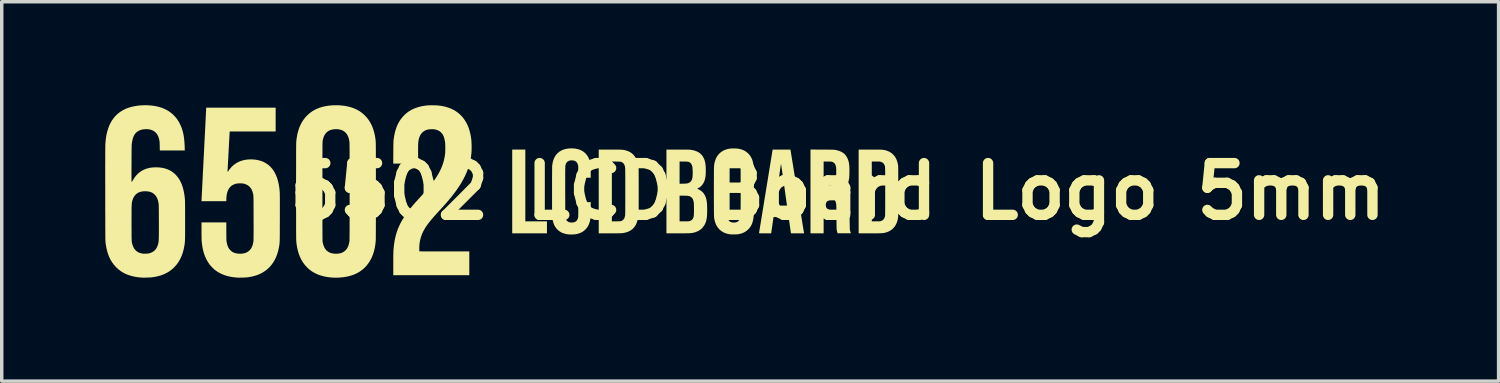
<source format=kicad_pcb>
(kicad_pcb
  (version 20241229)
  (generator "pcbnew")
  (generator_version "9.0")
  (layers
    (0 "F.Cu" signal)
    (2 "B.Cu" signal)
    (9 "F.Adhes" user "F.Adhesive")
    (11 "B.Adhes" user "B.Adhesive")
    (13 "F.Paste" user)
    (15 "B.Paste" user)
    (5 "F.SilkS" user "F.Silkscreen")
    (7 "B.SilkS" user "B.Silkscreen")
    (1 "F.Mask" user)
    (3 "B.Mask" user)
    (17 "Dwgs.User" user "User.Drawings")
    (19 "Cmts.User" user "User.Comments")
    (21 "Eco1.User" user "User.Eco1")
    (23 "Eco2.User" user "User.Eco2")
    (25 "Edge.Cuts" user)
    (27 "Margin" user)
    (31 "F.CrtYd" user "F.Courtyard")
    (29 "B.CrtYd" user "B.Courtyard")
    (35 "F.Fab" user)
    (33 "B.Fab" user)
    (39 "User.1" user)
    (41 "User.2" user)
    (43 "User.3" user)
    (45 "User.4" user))
  (footprint "6502 LCD Board Logo 5mm"
    (layer "F.Cu")
    (at 21.237 2.5)
    (property "Reference" "6502 LCD Board Logo 5mm" (at 0 0 0) (layer "F.SilkS") (effects (font (size 1.5 1.5) (thickness 0.3))))
    (attr board_only exclude_from_pos_files exclude_from_bom)
    (fp_poly (pts (xy -9.058 -0.173) (xy -9.058 0.867) (xy -8.744 0.867) (xy -8.431 0.867) (xy -8.431 1.041) (xy -8.431 1.214) (xy -8.935 1.214) (xy -9.438 1.214) (xy -9.438 0) (xy -9.438 -1.214) (xy -9.248 -1.214) (xy -9.058 -1.214)) (stroke (width 0) (type solid)) (fill yes) (layer "F.SilkS"))
    (fp_poly (pts (xy -6.546 -1.214) (xy -6.488 -1.214) (xy -6.437 -1.214) (xy -6.393 -1.213) (xy -6.355 -1.213) (xy -6.322 -1.212) (xy -6.293 -1.211) (xy -6.268 -1.21) (xy -6.247 -1.208) (xy -6.228 -1.206) (xy -6.21 -1.204) (xy -6.194 -1.201) (xy -6.179 -1.198) (xy -6.163 -1.194) (xy -6.149 -1.191) (xy -6.087 -1.171) (xy -6.03 -1.145) (xy -5.979 -1.112) (xy -5.934 -1.074) (xy -5.895 -1.029) (xy -5.862 -0.978) (xy -5.834 -0.921) (xy -5.812 -0.858) (xy -5.796 -0.788) (xy -5.785 -0.713) (xy -5.783 -0.69) (xy -5.783 -0.677) (xy -5.782 -0.657) (xy -5.782 -0.63) (xy -5.781 -0.596) (xy -5.781 -0.556) (xy -5.78 -0.51) (xy -5.78 -0.46) (xy -5.78 -0.405) (xy -5.779 -0.347) (xy -5.779 -0.285) (xy -5.779 -0.221) (xy -5.779 -0.155) (xy -5.779 -0.087) (xy -5.779 -0.019) (xy -5.779 0.05) (xy -5.779 0.117) (xy -5.779 0.184) (xy -5.779 0.25) (xy -5.779 0.313) (xy -5.78 0.373) (xy -5.78 0.43) (xy -5.78 0.483) (xy -5.78 0.531) (xy -5.781 0.575) (xy -5.781 0.612) (xy -5.782 0.643) (xy -5.782 0.667) (xy -5.783 0.684) (xy -5.783 0.69) (xy -5.792 0.767) (xy -5.806 0.838) (xy -5.827 0.903) (xy -5.852 0.962) (xy -5.884 1.014) (xy -5.921 1.061) (xy -5.965 1.101) (xy -6.014 1.135) (xy -6.068 1.163) (xy -6.129 1.185) (xy -6.196 1.201) (xy -6.241 1.208) (xy -6.253 1.209) (xy -6.267 1.21) (xy -6.283 1.211) (xy -6.302 1.212) (xy -6.325 1.213) (xy -6.353 1.213) (xy -6.385 1.213) (xy -6.424 1.214) (xy -6.468 1.214) (xy -6.52 1.214) (xy -6.579 1.214) (xy -6.611 1.214) (xy -6.93 1.214) (xy -6.93 0) (xy -6.549 0) (xy -6.549 0.868) (xy -6.425 0.866) (xy -6.388 0.866) (xy -6.358 0.865) (xy -6.334 0.864) (xy -6.316 0.863) (xy -6.302 0.862) (xy -6.292 0.861) (xy -6.283 0.859) (xy -6.279 0.858) (xy -6.255 0.846) (xy -6.23 0.829) (xy -6.209 0.809) (xy -6.2 0.798) (xy -6.186 0.773) (xy -6.175 0.741) (xy -6.167 0.704) (xy -6.164 0.683) (xy -6.163 0.674) (xy -6.163 0.657) (xy -6.162 0.632) (xy -6.162 0.601) (xy -6.161 0.563) (xy -6.161 0.52) (xy -6.161 0.472) (xy -6.161 0.42) (xy -6.16 0.363) (xy -6.16 0.304) (xy -6.16 0.241) (xy -6.16 0.177) (xy -6.16 0.111) (xy -6.16 0.044) (xy -6.16 -0.023) (xy -6.16 -0.09) (xy -6.16 -0.156) (xy -6.16 -0.221) (xy -6.16 -0.284) (xy -6.16 -0.345) (xy -6.16 -0.402) (xy -6.161 -0.456) (xy -6.161 -0.505) (xy -6.161 -0.55) (xy -6.162 -0.589) (xy -6.162 -0.623) (xy -6.163 -0.649) (xy -6.163 -0.669) (xy -6.164 -0.681) (xy -6.164 -0.683) (xy -6.171 -0.726) (xy -6.181 -0.761) (xy -6.196 -0.791) (xy -6.215 -0.816) (xy -6.236 -0.834) (xy -6.247 -0.842) (xy -6.258 -0.849) (xy -6.269 -0.854) (xy -6.281 -0.858) (xy -6.296 -0.861) (xy -6.315 -0.863) (xy -6.338 -0.864) (xy -6.367 -0.865) (xy -6.403 -0.866) (xy -6.425 -0.866) (xy -6.549 -0.868) (xy -6.549 0) (xy -6.93 0) (xy -6.93 -1.214) (xy -6.611 -1.214)) (stroke (width 0) (type solid)) (fill yes) (layer "F.SilkS"))
    (fp_poly (pts (xy 0.993 -1.214) (xy 1.052 -1.214) (xy 1.104 -1.214) (xy 1.15 -1.213) (xy 1.19 -1.213) (xy 1.225 -1.212) (xy 1.255 -1.211) (xy 1.281 -1.209) (xy 1.304 -1.207) (xy 1.324 -1.205) (xy 1.342 -1.202) (xy 1.359 -1.199) (xy 1.375 -1.195) (xy 1.391 -1.191) (xy 1.408 -1.185) (xy 1.419 -1.182) (xy 1.478 -1.159) (xy 1.531 -1.13) (xy 1.579 -1.095) (xy 1.608 -1.067) (xy 1.643 -1.027) (xy 1.672 -0.985) (xy 1.696 -0.939) (xy 1.716 -0.889) (xy 1.733 -0.833) (xy 1.746 -0.77) (xy 1.746 -0.77) (xy 1.747 -0.764) (xy 1.748 -0.758) (xy 1.748 -0.75) (xy 1.749 -0.742) (xy 1.75 -0.732) (xy 1.75 -0.72) (xy 1.751 -0.706) (xy 1.751 -0.689) (xy 1.752 -0.668) (xy 1.752 -0.645) (xy 1.753 -0.617) (xy 1.753 -0.584) (xy 1.753 -0.547) (xy 1.753 -0.505) (xy 1.753 -0.458) (xy 1.753 -0.404) (xy 1.753 -0.344) (xy 1.753 -0.277) (xy 1.754 -0.204) (xy 1.754 -0.122) (xy 1.754 -0.033) (xy 1.754 0) (xy 1.754 0.092) (xy 1.754 0.176) (xy 1.754 0.253) (xy 1.753 0.322) (xy 1.753 0.384) (xy 1.753 0.44) (xy 1.753 0.49) (xy 1.753 0.534) (xy 1.753 0.572) (xy 1.753 0.606) (xy 1.752 0.635) (xy 1.752 0.661) (xy 1.752 0.682) (xy 1.751 0.7) (xy 1.751 0.715) (xy 1.75 0.728) (xy 1.749 0.739) (xy 1.749 0.748) (xy 1.748 0.755) (xy 1.747 0.762) (xy 1.746 0.768) (xy 1.746 0.77) (xy 1.733 0.833) (xy 1.716 0.889) (xy 1.696 0.939) (xy 1.672 0.985) (xy 1.643 1.027) (xy 1.608 1.067) (xy 1.608 1.067) (xy 1.565 1.106) (xy 1.516 1.139) (xy 1.461 1.167) (xy 1.419 1.182) (xy 1.402 1.187) (xy 1.385 1.192) (xy 1.369 1.197) (xy 1.352 1.2) (xy 1.335 1.203) (xy 1.316 1.206) (xy 1.295 1.208) (xy 1.271 1.21) (xy 1.243 1.211) (xy 1.212 1.212) (xy 1.175 1.213) (xy 1.133 1.214) (xy 1.085 1.214) (xy 1.03 1.214) (xy 0.968 1.214) (xy 0.926 1.214) (xy 0.605 1.214) (xy 0.605 0) (xy 0.986 0) (xy 0.986 0.867) (xy 1.104 0.867) (xy 1.14 0.867) (xy 1.168 0.867) (xy 1.19 0.867) (xy 1.207 0.866) (xy 1.221 0.865) (xy 1.231 0.863) (xy 1.24 0.861) (xy 1.247 0.859) (xy 1.283 0.845) (xy 1.312 0.825) (xy 1.335 0.8) (xy 1.353 0.769) (xy 1.365 0.732) (xy 1.369 0.717) (xy 1.37 0.712) (xy 1.37 0.705) (xy 1.371 0.696) (xy 1.372 0.684) (xy 1.372 0.67) (xy 1.373 0.652) (xy 1.373 0.63) (xy 1.373 0.605) (xy 1.374 0.575) (xy 1.374 0.54) (xy 1.374 0.5) (xy 1.374 0.455) (xy 1.375 0.403) (xy 1.375 0.345) (xy 1.375 0.28) (xy 1.375 0.209) (xy 1.375 0.129) (xy 1.375 0.042) (xy 1.375 0) (xy 1.375 -0.091) (xy 1.375 -0.174) (xy 1.375 -0.249) (xy 1.375 -0.317) (xy 1.375 -0.378) (xy 1.375 -0.432) (xy 1.374 -0.48) (xy 1.374 -0.523) (xy 1.374 -0.56) (xy 1.374 -0.592) (xy 1.373 -0.619) (xy 1.373 -0.643) (xy 1.372 -0.662) (xy 1.372 -0.678) (xy 1.371 -0.691) (xy 1.371 -0.701) (xy 1.37 -0.709) (xy 1.369 -0.715) (xy 1.369 -0.717) (xy 1.358 -0.757) (xy 1.342 -0.79) (xy 1.321 -0.817) (xy 1.294 -0.839) (xy 1.261 -0.855) (xy 1.247 -0.859) (xy 1.239 -0.862) (xy 1.23 -0.864) (xy 1.219 -0.865) (xy 1.205 -0.866) (xy 1.187 -0.867) (xy 1.163 -0.867) (xy 1.134 -0.867) (xy 1.104 -0.867) (xy 0.986 -0.867) (xy 0.986 0) (xy 0.605 0) (xy 0.605 -1.214) (xy 0.926 -1.214)) (stroke (width 0) (type solid)) (fill yes) (layer "F.SilkS"))
    (fp_poly (pts (xy -1.177 -0.01) (xy -1.16 0.09) (xy -1.144 0.188) (xy -1.129 0.283) (xy -1.114 0.376) (xy -1.099 0.465) (xy -1.085 0.551) (xy -1.072 0.633) (xy -1.059 0.711) (xy -1.047 0.785) (xy -1.036 0.853) (xy -1.026 0.917) (xy -1.016 0.975) (xy -1.008 1.028) (xy -1 1.074) (xy -0.994 1.114) (xy -0.988 1.147) (xy -0.984 1.173) (xy -0.981 1.191) (xy -0.979 1.202) (xy -0.979 1.205) (xy -0.976 1.214) (xy -1.167 1.214) (xy -1.206 1.214) (xy -1.243 1.214) (xy -1.276 1.214) (xy -1.305 1.214) (xy -1.328 1.213) (xy -1.345 1.213) (xy -1.355 1.213) (xy -1.358 1.212) (xy -1.359 1.208) (xy -1.36 1.196) (xy -1.363 1.177) (xy -1.367 1.152) (xy -1.371 1.122) (xy -1.376 1.087) (xy -1.382 1.048) (xy -1.388 1.006) (xy -1.392 0.977) (xy -1.398 0.934) (xy -1.404 0.893) (xy -1.409 0.855) (xy -1.414 0.822) (xy -1.418 0.793) (xy -1.422 0.77) (xy -1.424 0.754) (xy -1.425 0.744) (xy -1.426 0.742) (xy -1.43 0.742) (xy -1.442 0.741) (xy -1.46 0.741) (xy -1.485 0.741) (xy -1.515 0.741) (xy -1.55 0.741) (xy -1.588 0.74) (xy -1.629 0.74) (xy -1.643 0.74) (xy -1.692 0.74) (xy -1.733 0.74) (xy -1.766 0.741) (xy -1.794 0.741) (xy -1.815 0.741) (xy -1.832 0.742) (xy -1.844 0.742) (xy -1.852 0.743) (xy -1.858 0.744) (xy -1.861 0.745) (xy -1.862 0.747) (xy -1.863 0.748) (xy -1.864 0.753) (xy -1.866 0.766) (xy -1.869 0.786) (xy -1.873 0.812) (xy -1.877 0.843) (xy -1.883 0.879) (xy -1.888 0.918) (xy -1.894 0.96) (xy -1.898 0.985) (xy -1.931 1.214) (xy -2.108 1.214) (xy -2.151 1.214) (xy -2.187 1.214) (xy -2.216 1.214) (xy -2.238 1.214) (xy -2.255 1.213) (xy -2.267 1.213) (xy -2.275 1.212) (xy -2.28 1.211) (xy -2.283 1.209) (xy -2.283 1.208) (xy -2.283 1.207) (xy -2.282 1.202) (xy -2.28 1.189) (xy -2.277 1.169) (xy -2.272 1.141) (xy -2.266 1.106) (xy -2.26 1.065) (xy -2.252 1.017) (xy -2.243 0.963) (xy -2.233 0.903) (xy -2.223 0.838) (xy -2.211 0.768) (xy -2.199 0.693) (xy -2.186 0.614) (xy -2.173 0.531) (xy -2.158 0.444) (xy -2.152 0.403) (xy -1.815 0.403) (xy -1.814 0.405) (xy -1.813 0.406) (xy -1.809 0.407) (xy -1.802 0.408) (xy -1.792 0.409) (xy -1.777 0.41) (xy -1.757 0.41) (xy -1.732 0.41) (xy -1.699 0.41) (xy -1.659 0.41) (xy -1.643 0.41) (xy -1.471 0.41) (xy -1.474 0.397) (xy -1.475 0.391) (xy -1.477 0.377) (xy -1.48 0.356) (xy -1.484 0.328) (xy -1.489 0.294) (xy -1.494 0.253) (xy -1.501 0.208) (xy -1.508 0.157) (xy -1.516 0.102) (xy -1.524 0.043) (xy -1.533 -0.02) (xy -1.542 -0.086) (xy -1.552 -0.154) (xy -1.559 -0.203) (xy -1.569 -0.272) (xy -1.578 -0.339) (xy -1.587 -0.404) (xy -1.596 -0.465) (xy -1.604 -0.522) (xy -1.612 -0.575) (xy -1.619 -0.623) (xy -1.625 -0.666) (xy -1.631 -0.704) (xy -1.635 -0.735) (xy -1.639 -0.76) (xy -1.642 -0.778) (xy -1.643 -0.788) (xy -1.644 -0.791) (xy -1.648 -0.79) (xy -1.648 -0.79) (xy -1.649 -0.786) (xy -1.651 -0.773) (xy -1.654 -0.754) (xy -1.658 -0.728) (xy -1.662 -0.696) (xy -1.668 -0.658) (xy -1.674 -0.616) (xy -1.68 -0.569) (xy -1.688 -0.518) (xy -1.695 -0.464) (xy -1.703 -0.408) (xy -1.711 -0.349) (xy -1.72 -0.289) (xy -1.728 -0.228) (xy -1.737 -0.167) (xy -1.745 -0.106) (xy -1.754 -0.046) (xy -1.762 0.013) (xy -1.77 0.07) (xy -1.777 0.124) (xy -1.784 0.175) (xy -1.791 0.223) (xy -1.797 0.266) (xy -1.802 0.304) (xy -1.806 0.337) (xy -1.81 0.364) (xy -1.813 0.384) (xy -1.814 0.398) (xy -1.815 0.403) (xy -2.152 0.403) (xy -2.144 0.354) (xy -2.129 0.261) (xy -2.113 0.165) (xy -2.097 0.067) (xy -2.085 -0.007) (xy -1.889 -1.214) (xy -1.631 -1.214) (xy -1.372 -1.214)) (stroke (width 0) (type solid)) (fill yes) (layer "F.SilkS"))
    (fp_poly (pts (xy -4.589 -1.214) (xy -4.532 -1.214) (xy -4.48 -1.214) (xy -4.433 -1.213) (xy -4.391 -1.213) (xy -4.355 -1.212) (xy -4.326 -1.211) (xy -4.304 -1.211) (xy -4.29 -1.21) (xy -4.289 -1.21) (xy -4.217 -1.2) (xy -4.152 -1.184) (xy -4.093 -1.163) (xy -4.04 -1.137) (xy -3.994 -1.106) (xy -3.953 -1.068) (xy -3.919 -1.025) (xy -3.89 -0.975) (xy -3.866 -0.92) (xy -3.848 -0.858) (xy -3.842 -0.827) (xy -3.836 -0.791) (xy -3.832 -0.748) (xy -3.828 -0.701) (xy -3.827 -0.651) (xy -3.826 -0.599) (xy -3.827 -0.548) (xy -3.829 -0.499) (xy -3.832 -0.454) (xy -3.837 -0.415) (xy -3.841 -0.393) (xy -3.857 -0.33) (xy -3.878 -0.274) (xy -3.905 -0.224) (xy -3.937 -0.181) (xy -3.975 -0.143) (xy -4.018 -0.112) (xy -4.042 -0.099) (xy -4.056 -0.091) (xy -4.067 -0.085) (xy -4.073 -0.081) (xy -4.074 -0.08) (xy -4.07 -0.078) (xy -4.06 -0.073) (xy -4.046 -0.065) (xy -4.028 -0.057) (xy -4.028 -0.057) (xy -3.979 -0.029) (xy -3.936 0.004) (xy -3.899 0.042) (xy -3.868 0.087) (xy -3.853 0.112) (xy -3.838 0.144) (xy -3.825 0.177) (xy -3.814 0.211) (xy -3.806 0.249) (xy -3.799 0.289) (xy -3.793 0.334) (xy -3.79 0.385) (xy -3.788 0.441) (xy -3.787 0.505) (xy -3.786 0.531) (xy -3.787 0.599) (xy -3.789 0.659) (xy -3.792 0.712) (xy -3.797 0.76) (xy -3.804 0.803) (xy -3.812 0.842) (xy -3.822 0.878) (xy -3.835 0.912) (xy -3.85 0.945) (xy -3.852 0.949) (xy -3.884 1.003) (xy -3.921 1.051) (xy -3.963 1.092) (xy -4.012 1.127) (xy -4.066 1.157) (xy -4.126 1.18) (xy -4.165 1.191) (xy -4.181 1.195) (xy -4.196 1.198) (xy -4.212 1.202) (xy -4.228 1.204) (xy -4.245 1.206) (xy -4.264 1.208) (xy -4.286 1.21) (xy -4.31 1.211) (xy -4.339 1.212) (xy -4.371 1.213) (xy -4.409 1.213) (xy -4.453 1.214) (xy -4.503 1.214) (xy -4.56 1.214) (xy -4.625 1.214) (xy -4.638 1.214) (xy -4.967 1.214) (xy -4.967 0.495) (xy -4.586 0.495) (xy -4.586 0.867) (xy -4.456 0.867) (xy -4.417 0.867) (xy -4.386 0.867) (xy -4.36 0.866) (xy -4.34 0.866) (xy -4.325 0.864) (xy -4.313 0.863) (xy -4.303 0.861) (xy -4.301 0.861) (xy -4.267 0.849) (xy -4.239 0.833) (xy -4.216 0.812) (xy -4.198 0.785) (xy -4.185 0.751) (xy -4.177 0.723) (xy -4.175 0.709) (xy -4.173 0.687) (xy -4.171 0.66) (xy -4.17 0.628) (xy -4.169 0.592) (xy -4.169 0.553) (xy -4.169 0.513) (xy -4.169 0.474) (xy -4.17 0.435) (xy -4.17 0.399) (xy -4.172 0.366) (xy -4.173 0.339) (xy -4.175 0.317) (xy -4.177 0.305) (xy -4.188 0.261) (xy -4.202 0.224) (xy -4.221 0.193) (xy -4.245 0.169) (xy -4.273 0.15) (xy -4.278 0.148) (xy -4.294 0.141) (xy -4.31 0.135) (xy -4.327 0.131) (xy -4.345 0.128) (xy -4.367 0.125) (xy -4.393 0.124) (xy -4.425 0.123) (xy -4.464 0.123) (xy -4.475 0.123) (xy -4.586 0.123) (xy -4.586 0.495) (xy -4.967 0.495) (xy -4.967 0) (xy -4.967 -0.545) (xy -4.586 -0.545) (xy -4.586 -0.223) (xy -4.483 -0.225) (xy -4.446 -0.226) (xy -4.417 -0.228) (xy -4.393 -0.229) (xy -4.375 -0.231) (xy -4.362 -0.233) (xy -4.355 -0.235) (xy -4.319 -0.247) (xy -4.289 -0.264) (xy -4.264 -0.286) (xy -4.244 -0.313) (xy -4.228 -0.346) (xy -4.217 -0.385) (xy -4.21 -0.431) (xy -4.209 -0.447) (xy -4.207 -0.477) (xy -4.206 -0.511) (xy -4.206 -0.548) (xy -4.206 -0.586) (xy -4.208 -0.622) (xy -4.21 -0.656) (xy -4.212 -0.686) (xy -4.215 -0.71) (xy -4.216 -0.715) (xy -4.226 -0.754) (xy -4.242 -0.788) (xy -4.261 -0.817) (xy -4.285 -0.838) (xy -4.299 -0.846) (xy -4.312 -0.852) (xy -4.324 -0.857) (xy -4.339 -0.861) (xy -4.355 -0.863) (xy -4.375 -0.865) (xy -4.4 -0.866) (xy -4.431 -0.867) (xy -4.469 -0.867) (xy -4.475 -0.867) (xy -4.586 -0.867) (xy -4.586 -0.545) (xy -4.967 -0.545) (xy -4.967 -1.214) (xy -4.65 -1.214)) (stroke (width 0) (type solid)) (fill yes) (layer "F.SilkS"))
    (fp_poly (pts (xy -7.697 -1.248) (xy -7.665 -1.247) (xy -7.638 -1.245) (xy -7.625 -1.244) (xy -7.559 -1.232) (xy -7.5 -1.216) (xy -7.445 -1.194) (xy -7.42 -1.181) (xy -7.384 -1.16) (xy -7.352 -1.137) (xy -7.322 -1.11) (xy -7.309 -1.096) (xy -7.275 -1.056) (xy -7.246 -1.014) (xy -7.222 -0.967) (xy -7.201 -0.916) (xy -7.184 -0.859) (xy -7.172 -0.804) (xy -7.171 -0.793) (xy -7.169 -0.78) (xy -7.168 -0.764) (xy -7.167 -0.744) (xy -7.166 -0.719) (xy -7.165 -0.689) (xy -7.164 -0.653) (xy -7.164 -0.609) (xy -7.163 -0.583) (xy -7.162 -0.398) (xy -7.342 -0.398) (xy -7.522 -0.398) (xy -7.522 -0.56) (xy -7.522 -0.605) (xy -7.522 -0.642) (xy -7.523 -0.672) (xy -7.523 -0.696) (xy -7.524 -0.716) (xy -7.525 -0.731) (xy -7.527 -0.744) (xy -7.528 -0.754) (xy -7.528 -0.754) (xy -7.54 -0.795) (xy -7.557 -0.829) (xy -7.579 -0.856) (xy -7.606 -0.877) (xy -7.638 -0.892) (xy -7.677 -0.9) (xy -7.712 -0.902) (xy -7.755 -0.899) (xy -7.793 -0.889) (xy -7.824 -0.873) (xy -7.851 -0.85) (xy -7.872 -0.822) (xy -7.887 -0.786) (xy -7.898 -0.744) (xy -7.898 -0.74) (xy -7.899 -0.733) (xy -7.899 -0.722) (xy -7.9 -0.705) (xy -7.9 -0.683) (xy -7.901 -0.655) (xy -7.901 -0.621) (xy -7.902 -0.581) (xy -7.902 -0.535) (xy -7.902 -0.482) (xy -7.902 -0.422) (xy -7.902 -0.355) (xy -7.902 -0.281) (xy -7.902 -0.199) (xy -7.902 -0.11) (xy -7.902 -0.012) (xy -7.902 0.019) (xy -7.902 0.111) (xy -7.901 0.196) (xy -7.901 0.272) (xy -7.901 0.342) (xy -7.901 0.404) (xy -7.901 0.46) (xy -7.901 0.509) (xy -7.9 0.553) (xy -7.9 0.592) (xy -7.9 0.625) (xy -7.899 0.654) (xy -7.899 0.678) (xy -7.899 0.699) (xy -7.898 0.716) (xy -7.898 0.73) (xy -7.897 0.742) (xy -7.896 0.751) (xy -7.896 0.758) (xy -7.895 0.763) (xy -7.894 0.767) (xy -7.893 0.771) (xy -7.882 0.803) (xy -7.868 0.829) (xy -7.852 0.85) (xy -7.848 0.855) (xy -7.824 0.874) (xy -7.798 0.888) (xy -7.767 0.897) (xy -7.731 0.901) (xy -7.71 0.901) (xy -7.668 0.898) (xy -7.631 0.889) (xy -7.6 0.874) (xy -7.574 0.852) (xy -7.553 0.824) (xy -7.537 0.788) (xy -7.526 0.75) (xy -7.525 0.739) (xy -7.524 0.721) (xy -7.523 0.694) (xy -7.523 0.66) (xy -7.522 0.619) (xy -7.522 0.571) (xy -7.522 0.518) (xy -7.522 0.309) (xy -7.342 0.309) (xy -7.162 0.309) (xy -7.163 0.538) (xy -7.164 0.591) (xy -7.164 0.635) (xy -7.165 0.673) (xy -7.166 0.704) (xy -7.166 0.73) (xy -7.167 0.751) (xy -7.168 0.768) (xy -7.169 0.782) (xy -7.17 0.793) (xy -7.172 0.803) (xy -7.172 0.804) (xy -7.186 0.867) (xy -7.204 0.923) (xy -7.224 0.973) (xy -7.249 1.018) (xy -7.278 1.06) (xy -7.309 1.096) (xy -7.352 1.136) (xy -7.399 1.169) (xy -7.45 1.197) (xy -7.508 1.218) (xy -7.571 1.235) (xy -7.625 1.244) (xy -7.64 1.245) (xy -7.662 1.246) (xy -7.688 1.247) (xy -7.716 1.247) (xy -7.745 1.247) (xy -7.771 1.247) (xy -7.794 1.246) (xy -7.81 1.245) (xy -7.858 1.238) (xy -7.907 1.227) (xy -7.954 1.212) (xy -7.997 1.196) (xy -8.021 1.184) (xy -8.073 1.152) (xy -8.119 1.114) (xy -8.159 1.071) (xy -8.194 1.022) (xy -8.223 0.966) (xy -8.246 0.905) (xy -8.265 0.837) (xy -8.277 0.763) (xy -8.279 0.749) (xy -8.28 0.74) (xy -8.28 0.723) (xy -8.281 0.699) (xy -8.281 0.668) (xy -8.281 0.631) (xy -8.282 0.588) (xy -8.282 0.54) (xy -8.282 0.487) (xy -8.283 0.43) (xy -8.283 0.37) (xy -8.283 0.306) (xy -8.283 0.24) (xy -8.283 0.173) (xy -8.283 0.104) (xy -8.283 0.034) (xy -8.283 -0.037) (xy -8.283 -0.107) (xy -8.283 -0.176) (xy -8.283 -0.243) (xy -8.283 -0.309) (xy -8.283 -0.372) (xy -8.283 -0.433) (xy -8.282 -0.489) (xy -8.282 -0.542) (xy -8.282 -0.59) (xy -8.281 -0.633) (xy -8.281 -0.67) (xy -8.281 -0.7) (xy -8.28 -0.724) (xy -8.28 -0.741) (xy -8.279 -0.749) (xy -8.271 -0.803) (xy -8.262 -0.851) (xy -8.25 -0.895) (xy -8.247 -0.903) (xy -8.223 -0.966) (xy -8.193 -1.023) (xy -8.157 -1.073) (xy -8.115 -1.117) (xy -8.068 -1.155) (xy -8.015 -1.187) (xy -7.956 -1.212) (xy -7.893 -1.231) (xy -7.823 -1.243) (xy -7.82 -1.243) (xy -7.795 -1.246) (xy -7.764 -1.247) (xy -7.73 -1.248)) (stroke (width 0) (type solid)) (fill yes) (layer "F.SilkS"))
    (fp_poly (pts (xy -0.454 -1.213) (xy -0.39 -1.213) (xy -0.334 -1.213) (xy -0.285 -1.212) (xy -0.242 -1.212) (xy -0.206 -1.211) (xy -0.175 -1.211) (xy -0.148 -1.21) (xy -0.125 -1.209) (xy -0.105 -1.207) (xy -0.088 -1.206) (xy -0.073 -1.204) (xy -0.059 -1.202) (xy -0.045 -1.199) (xy -0.032 -1.196) (xy -0.018 -1.192) (xy -0.003 -1.189) (xy 0.057 -1.169) (xy 0.11 -1.145) (xy 0.157 -1.116) (xy 0.198 -1.082) (xy 0.233 -1.041) (xy 0.263 -0.995) (xy 0.273 -0.977) (xy 0.288 -0.944) (xy 0.301 -0.91) (xy 0.312 -0.875) (xy 0.321 -0.838) (xy 0.328 -0.797) (xy 0.333 -0.753) (xy 0.336 -0.703) (xy 0.338 -0.648) (xy 0.338 -0.585) (xy 0.337 -0.544) (xy 0.336 -0.502) (xy 0.336 -0.468) (xy 0.334 -0.44) (xy 0.333 -0.417) (xy 0.332 -0.397) (xy 0.33 -0.38) (xy 0.327 -0.364) (xy 0.326 -0.36) (xy 0.312 -0.294) (xy 0.291 -0.235) (xy 0.266 -0.183) (xy 0.235 -0.137) (xy 0.199 -0.098) (xy 0.157 -0.065) (xy 0.117 -0.042) (xy 0.104 -0.035) (xy 0.094 -0.029) (xy 0.09 -0.025) (xy 0.09 -0.024) (xy 0.094 -0.021) (xy 0.104 -0.016) (xy 0.118 -0.009) (xy 0.125 -0.006) (xy 0.166 0.015) (xy 0.202 0.04) (xy 0.233 0.071) (xy 0.26 0.107) (xy 0.283 0.148) (xy 0.302 0.196) (xy 0.317 0.251) (xy 0.329 0.313) (xy 0.333 0.341) (xy 0.334 0.352) (xy 0.335 0.365) (xy 0.336 0.381) (xy 0.337 0.401) (xy 0.338 0.425) (xy 0.339 0.453) (xy 0.339 0.486) (xy 0.34 0.525) (xy 0.341 0.57) (xy 0.342 0.622) (xy 0.342 0.681) (xy 0.343 0.738) (xy 0.343 0.799) (xy 0.344 0.856) (xy 0.345 0.909) (xy 0.346 0.956) (xy 0.347 0.998) (xy 0.347 1.034) (xy 0.348 1.064) (xy 0.349 1.086) (xy 0.35 1.101) (xy 0.351 1.108) (xy 0.356 1.134) (xy 0.364 1.161) (xy 0.372 1.186) (xy 0.375 1.194) (xy 0.378 1.205) (xy 0.381 1.211) (xy 0.381 1.212) (xy 0.377 1.213) (xy 0.365 1.213) (xy 0.346 1.213) (xy 0.322 1.213) (xy 0.292 1.213) (xy 0.259 1.213) (xy 0.221 1.213) (xy 0.188 1.213) (xy -0.005 1.212) (xy -0.011 1.193) (xy -0.015 1.18) (xy -0.02 1.162) (xy -0.025 1.142) (xy -0.026 1.136) (xy -0.028 1.129) (xy -0.029 1.122) (xy -0.03 1.114) (xy -0.031 1.105) (xy -0.032 1.093) (xy -0.033 1.08) (xy -0.034 1.063) (xy -0.034 1.043) (xy -0.035 1.018) (xy -0.036 0.989) (xy -0.036 0.954) (xy -0.036 0.913) (xy -0.037 0.866) (xy -0.037 0.811) (xy -0.038 0.749) (xy -0.038 0.74) (xy -0.039 0.677) (xy -0.039 0.621) (xy -0.04 0.573) (xy -0.04 0.531) (xy -0.041 0.496) (xy -0.041 0.465) (xy -0.042 0.44) (xy -0.042 0.419) (xy -0.043 0.402) (xy -0.044 0.388) (xy -0.045 0.377) (xy -0.046 0.367) (xy -0.047 0.359) (xy -0.048 0.351) (xy -0.05 0.344) (xy -0.05 0.343) (xy -0.063 0.299) (xy -0.079 0.263) (xy -0.1 0.233) (xy -0.126 0.211) (xy -0.146 0.199) (xy -0.161 0.192) (xy -0.175 0.187) (xy -0.189 0.183) (xy -0.205 0.18) (xy -0.225 0.178) (xy -0.25 0.176) (xy -0.281 0.175) (xy -0.31 0.175) (xy -0.41 0.173) (xy -0.41 0.693) (xy -0.41 1.214) (xy -0.601 1.214) (xy -0.791 1.214) (xy -0.791 -0.000211) (xy -0.791 -0.52) (xy -0.41 -0.52) (xy -0.41 -0.172) (xy -0.31 -0.175) (xy -0.271 -0.176) (xy -0.241 -0.177) (xy -0.217 -0.179) (xy -0.199 -0.181) (xy -0.188 -0.183) (xy -0.188 -0.183) (xy -0.149 -0.198) (xy -0.117 -0.218) (xy -0.091 -0.244) (xy -0.071 -0.277) (xy -0.056 -0.315) (xy -0.051 -0.332) (xy -0.05 -0.341) (xy -0.048 -0.352) (xy -0.047 -0.366) (xy -0.046 -0.383) (xy -0.045 -0.404) (xy -0.045 -0.431) (xy -0.045 -0.464) (xy -0.045 -0.504) (xy -0.045 -0.522) (xy -0.045 -0.565) (xy -0.045 -0.6) (xy -0.045 -0.629) (xy -0.045 -0.652) (xy -0.046 -0.67) (xy -0.047 -0.685) (xy -0.048 -0.698) (xy -0.05 -0.709) (xy -0.052 -0.719) (xy -0.052 -0.719) (xy -0.063 -0.759) (xy -0.078 -0.791) (xy -0.097 -0.817) (xy -0.121 -0.837) (xy -0.131 -0.844) (xy -0.144 -0.85) (xy -0.157 -0.856) (xy -0.17 -0.86) (xy -0.185 -0.863) (xy -0.203 -0.865) (xy -0.226 -0.866) (xy -0.254 -0.867) (xy -0.288 -0.867) (xy -0.304 -0.867) (xy -0.41 -0.867) (xy -0.41 -0.52) (xy -0.791 -0.52) (xy -0.791 -1.215)) (stroke (width 0) (type solid)) (fill yes) (layer "F.SilkS"))
    (fp_poly (pts (xy -11.702 -2.497) (xy -11.664 -2.497) (xy -11.63 -2.495) (xy -11.601 -2.494) (xy -11.587 -2.492) (xy -11.486 -2.479) (xy -11.392 -2.46) (xy -11.303 -2.434) (xy -11.219 -2.403) (xy -11.142 -2.367) (xy -11.069 -2.324) (xy -11.002 -2.274) (xy -10.939 -2.219) (xy -10.916 -2.196) (xy -10.86 -2.132) (xy -10.811 -2.064) (xy -10.767 -1.99) (xy -10.728 -1.911) (xy -10.695 -1.827) (xy -10.668 -1.736) (xy -10.645 -1.64) (xy -10.628 -1.537) (xy -10.625 -1.51) (xy -10.622 -1.483) (xy -10.62 -1.449) (xy -10.618 -1.41) (xy -10.616 -1.368) (xy -10.615 -1.323) (xy -10.615 -1.279) (xy -10.615 -1.236) (xy -10.616 -1.196) (xy -10.617 -1.161) (xy -10.618 -1.135) (xy -10.631 -1.02) (xy -10.651 -0.907) (xy -10.677 -0.794) (xy -10.711 -0.683) (xy -10.752 -0.572) (xy -10.8 -0.461) (xy -10.857 -0.35) (xy -10.92 -0.238) (xy -10.992 -0.125) (xy -11.071 -0.013) (xy -11.114 0.045) (xy -11.158 0.103) (xy -11.203 0.161) (xy -11.252 0.22) (xy -11.304 0.281) (xy -11.359 0.345) (xy -11.419 0.413) (xy -11.484 0.485) (xy -11.537 0.542) (xy -11.596 0.606) (xy -11.65 0.666) (xy -11.699 0.72) (xy -11.743 0.771) (xy -11.783 0.818) (xy -11.819 0.862) (xy -11.852 0.904) (xy -11.882 0.943) (xy -11.91 0.982) (xy -11.936 1.02) (xy -11.96 1.058) (xy -11.964 1.064) (xy -12.012 1.148) (xy -12.052 1.233) (xy -12.084 1.321) (xy -12.108 1.411) (xy -12.124 1.503) (xy -12.132 1.599) (xy -12.132 1.684) (xy -12.131 1.737) (xy -11.407 1.738) (xy -10.682 1.739) (xy -10.682 2.084) (xy -10.682 2.428) (xy -11.784 2.428) (xy -12.886 2.428) (xy -12.886 2.108) (xy -12.886 2.039) (xy -12.886 1.978) (xy -12.886 1.924) (xy -12.885 1.877) (xy -12.885 1.836) (xy -12.884 1.8) (xy -12.883 1.769) (xy -12.882 1.742) (xy -12.881 1.718) (xy -12.88 1.701) (xy -12.869 1.582) (xy -12.854 1.47) (xy -12.834 1.363) (xy -12.809 1.261) (xy -12.779 1.161) (xy -12.743 1.064) (xy -12.7 0.969) (xy -12.652 0.875) (xy -12.596 0.78) (xy -12.534 0.685) (xy -12.464 0.587) (xy -12.443 0.558) (xy -12.41 0.516) (xy -12.377 0.474) (xy -12.342 0.432) (xy -12.305 0.389) (xy -12.265 0.343) (xy -12.221 0.293) (xy -12.173 0.24) (xy -12.127 0.19) (xy -12.04 0.095) (xy -11.96 0.005) (xy -11.886 -0.082) (xy -11.818 -0.164) (xy -11.757 -0.244) (xy -11.7 -0.32) (xy -11.65 -0.395) (xy -11.604 -0.467) (xy -11.563 -0.537) (xy -11.527 -0.607) (xy -11.495 -0.676) (xy -11.467 -0.744) (xy -11.444 -0.812) (xy -11.423 -0.881) (xy -11.407 -0.951) (xy -11.393 -1.023) (xy -11.386 -1.07) (xy -11.383 -1.093) (xy -11.381 -1.123) (xy -11.38 -1.157) (xy -11.379 -1.195) (xy -11.378 -1.235) (xy -11.378 -1.275) (xy -11.378 -1.314) (xy -11.379 -1.351) (xy -11.38 -1.383) (xy -11.382 -1.409) (xy -11.384 -1.421) (xy -11.393 -1.479) (xy -11.405 -1.532) (xy -11.419 -1.579) (xy -11.436 -1.619) (xy -11.453 -1.652) (xy -11.455 -1.655) (xy -11.487 -1.696) (xy -11.523 -1.73) (xy -11.564 -1.758) (xy -11.611 -1.779) (xy -11.663 -1.795) (xy -11.678 -1.798) (xy -11.704 -1.802) (xy -11.735 -1.804) (xy -11.769 -1.804) (xy -11.804 -1.803) (xy -11.838 -1.801) (xy -11.868 -1.797) (xy -11.884 -1.794) (xy -11.936 -1.779) (xy -11.983 -1.756) (xy -12.025 -1.727) (xy -12.061 -1.691) (xy -12.093 -1.649) (xy -12.118 -1.6) (xy -12.139 -1.546) (xy -12.15 -1.5) (xy -12.153 -1.484) (xy -12.156 -1.468) (xy -12.158 -1.451) (xy -12.16 -1.433) (xy -12.162 -1.413) (xy -12.164 -1.39) (xy -12.165 -1.363) (xy -12.165 -1.333) (xy -12.166 -1.297) (xy -12.166 -1.256) (xy -12.167 -1.209) (xy -12.167 -1.154) (xy -12.167 -1.092) (xy -12.167 -1.091) (xy -12.167 -0.808) (xy -12.527 -0.808) (xy -12.887 -0.808) (xy -12.885 -1.126) (xy -12.885 -1.188) (xy -12.884 -1.243) (xy -12.884 -1.29) (xy -12.883 -1.33) (xy -12.883 -1.365) (xy -12.882 -1.395) (xy -12.882 -1.42) (xy -12.881 -1.441) (xy -12.88 -1.46) (xy -12.879 -1.475) (xy -12.878 -1.489) (xy -12.876 -1.502) (xy -12.876 -1.504) (xy -12.86 -1.608) (xy -12.84 -1.705) (xy -12.815 -1.795) (xy -12.785 -1.88) (xy -12.75 -1.959) (xy -12.709 -2.033) (xy -12.662 -2.102) (xy -12.61 -2.166) (xy -12.554 -2.225) (xy -12.491 -2.28) (xy -12.424 -2.328) (xy -12.351 -2.37) (xy -12.272 -2.407) (xy -12.188 -2.437) (xy -12.098 -2.462) (xy -12.002 -2.481) (xy -11.913 -2.493) (xy -11.889 -2.494) (xy -11.858 -2.496) (xy -11.822 -2.497) (xy -11.783 -2.498) (xy -11.743 -2.498)) (stroke (width 0) (type solid)) (fill yes) (layer "F.SilkS"))
    (fp_poly (pts (xy -2.974 -1.246) (xy -2.935 -1.244) (xy -2.901 -1.241) (xy -2.872 -1.238) (xy -2.866 -1.236) (xy -2.804 -1.221) (xy -2.748 -1.202) (xy -2.698 -1.178) (xy -2.652 -1.148) (xy -2.61 -1.113) (xy -2.605 -1.109) (xy -2.564 -1.066) (xy -2.53 -1.019) (xy -2.501 -0.968) (xy -2.478 -0.913) (xy -2.46 -0.852) (xy -2.447 -0.785) (xy -2.438 -0.712) (xy -2.437 -0.688) (xy -2.436 -0.673) (xy -2.436 -0.651) (xy -2.435 -0.622) (xy -2.435 -0.585) (xy -2.434 -0.543) (xy -2.434 -0.496) (xy -2.434 -0.443) (xy -2.433 -0.387) (xy -2.433 -0.326) (xy -2.433 -0.263) (xy -2.433 -0.198) (xy -2.433 -0.13) (xy -2.433 -0.062) (xy -2.433 0.007) (xy -2.433 0.076) (xy -2.433 0.144) (xy -2.433 0.211) (xy -2.433 0.276) (xy -2.433 0.339) (xy -2.434 0.399) (xy -2.434 0.454) (xy -2.434 0.506) (xy -2.434 0.552) (xy -2.435 0.593) (xy -2.435 0.628) (xy -2.436 0.656) (xy -2.436 0.677) (xy -2.437 0.688) (xy -2.444 0.763) (xy -2.455 0.832) (xy -2.472 0.894) (xy -2.493 0.952) (xy -2.52 1.004) (xy -2.553 1.052) (xy -2.592 1.096) (xy -2.605 1.109) (xy -2.648 1.145) (xy -2.695 1.176) (xy -2.747 1.201) (xy -2.804 1.221) (xy -2.862 1.236) (xy -2.88 1.239) (xy -2.899 1.241) (xy -2.92 1.243) (xy -2.945 1.245) (xy -2.977 1.245) (xy -2.997 1.246) (xy -3.025 1.246) (xy -3.051 1.246) (xy -3.072 1.246) (xy -3.089 1.246) (xy -3.099 1.246) (xy -3.101 1.246) (xy -3.11 1.244) (xy -3.124 1.242) (xy -3.142 1.239) (xy -3.154 1.237) (xy -3.22 1.223) (xy -3.281 1.201) (xy -3.337 1.173) (xy -3.389 1.138) (xy -3.435 1.097) (xy -3.475 1.05) (xy -3.51 0.997) (xy -3.539 0.939) (xy -3.561 0.875) (xy -3.577 0.807) (xy -3.579 0.8) (xy -3.58 0.789) (xy -3.582 0.779) (xy -3.583 0.768) (xy -3.584 0.756) (xy -3.586 0.743) (xy -3.587 0.729) (xy -3.587 0.712) (xy -3.588 0.693) (xy -3.589 0.67) (xy -3.589 0.644) (xy -3.59 0.615) (xy -3.59 0.581) (xy -3.591 0.543) (xy -3.591 0.499) (xy -3.591 0.45) (xy -3.591 0.395) (xy -3.592 0.334) (xy -3.592 0.266) (xy -3.592 0.191) (xy -3.592 0.109) (xy -3.592 0.018) (xy -3.592 0) (xy -3.592 -0.092) (xy -3.592 -0.139) (xy -3.211 -0.139) (xy -3.211 -0.051) (xy -3.211 0) (xy -3.211 0.093) (xy -3.211 0.177) (xy -3.211 0.254) (xy -3.211 0.323) (xy -3.211 0.386) (xy -3.211 0.442) (xy -3.211 0.492) (xy -3.21 0.536) (xy -3.21 0.575) (xy -3.21 0.61) (xy -3.209 0.639) (xy -3.209 0.665) (xy -3.208 0.687) (xy -3.207 0.705) (xy -3.206 0.721) (xy -3.205 0.734) (xy -3.204 0.745) (xy -3.202 0.754) (xy -3.201 0.762) (xy -3.199 0.768) (xy -3.197 0.775) (xy -3.195 0.781) (xy -3.192 0.787) (xy -3.191 0.791) (xy -3.175 0.823) (xy -3.154 0.85) (xy -3.128 0.873) (xy -3.099 0.888) (xy -3.098 0.889) (xy -3.066 0.897) (xy -3.031 0.901) (xy -2.995 0.901) (xy -2.96 0.897) (xy -2.929 0.888) (xy -2.921 0.885) (xy -2.891 0.866) (xy -2.866 0.842) (xy -2.846 0.812) (xy -2.83 0.774) (xy -2.823 0.745) (xy -2.822 0.741) (xy -2.821 0.735) (xy -2.82 0.729) (xy -2.819 0.721) (xy -2.819 0.711) (xy -2.818 0.698) (xy -2.818 0.683) (xy -2.817 0.665) (xy -2.817 0.643) (xy -2.817 0.618) (xy -2.816 0.588) (xy -2.816 0.553) (xy -2.816 0.513) (xy -2.816 0.468) (xy -2.816 0.417) (xy -2.816 0.36) (xy -2.815 0.296) (xy -2.815 0.225) (xy -2.815 0.147) (xy -2.815 0.06) (xy -2.815 0) (xy -2.815 -0.091) (xy -2.815 -0.175) (xy -2.815 -0.251) (xy -2.816 -0.319) (xy -2.816 -0.381) (xy -2.816 -0.436) (xy -2.816 -0.485) (xy -2.816 -0.528) (xy -2.816 -0.566) (xy -2.816 -0.599) (xy -2.817 -0.627) (xy -2.817 -0.651) (xy -2.817 -0.672) (xy -2.818 -0.689) (xy -2.818 -0.703) (xy -2.819 -0.714) (xy -2.82 -0.724) (xy -2.82 -0.731) (xy -2.821 -0.737) (xy -2.822 -0.742) (xy -2.823 -0.745) (xy -2.835 -0.788) (xy -2.853 -0.824) (xy -2.876 -0.853) (xy -2.903 -0.875) (xy -2.936 -0.891) (xy -2.974 -0.9) (xy -3.018 -0.902) (xy -3.044 -0.9) (xy -3.083 -0.893) (xy -3.117 -0.879) (xy -3.146 -0.858) (xy -3.17 -0.831) (xy -3.188 -0.798) (xy -3.191 -0.791) (xy -3.194 -0.784) (xy -3.196 -0.778) (xy -3.198 -0.772) (xy -3.2 -0.765) (xy -3.201 -0.758) (xy -3.203 -0.75) (xy -3.204 -0.74) (xy -3.205 -0.728) (xy -3.207 -0.714) (xy -3.207 -0.697) (xy -3.208 -0.677) (xy -3.209 -0.654) (xy -3.209 -0.626) (xy -3.21 -0.595) (xy -3.21 -0.558) (xy -3.21 -0.517) (xy -3.211 -0.47) (xy -3.211 -0.417) (xy -3.211 -0.358) (xy -3.211 -0.292) (xy -3.211 -0.22) (xy -3.211 -0.139) (xy -3.592 -0.139) (xy -3.592 -0.176) (xy -3.592 -0.252) (xy -3.592 -0.322) (xy -3.591 -0.384) (xy -3.591 -0.44) (xy -3.591 -0.49) (xy -3.591 -0.535) (xy -3.59 -0.574) (xy -3.59 -0.609) (xy -3.59 -0.639) (xy -3.589 -0.665) (xy -3.588 -0.688) (xy -3.588 -0.708) (xy -3.587 -0.726) (xy -3.586 -0.741) (xy -3.585 -0.754) (xy -3.583 -0.766) (xy -3.582 -0.777) (xy -3.581 -0.787) (xy -3.579 -0.798) (xy -3.579 -0.8) (xy -3.563 -0.869) (xy -3.541 -0.934) (xy -3.513 -0.993) (xy -3.479 -1.046) (xy -3.438 -1.094) (xy -3.392 -1.135) (xy -3.34 -1.171) (xy -3.283 -1.2) (xy -3.22 -1.222) (xy -3.154 -1.238) (xy -3.126 -1.242) (xy -3.092 -1.245) (xy -3.054 -1.246) (xy -3.014 -1.247)) (stroke (width 0) (type solid)) (fill yes) (layer "F.SilkS"))
    (fp_poly (pts (xy -16.296 -2.084) (xy -16.296 -1.739) (xy -16.962 -1.739) (xy -17.628 -1.739) (xy -17.63 -1.704) (xy -17.631 -1.695) (xy -17.632 -1.679) (xy -17.633 -1.655) (xy -17.635 -1.624) (xy -17.637 -1.587) (xy -17.639 -1.545) (xy -17.642 -1.497) (xy -17.645 -1.445) (xy -17.648 -1.389) (xy -17.651 -1.329) (xy -17.654 -1.267) (xy -17.658 -1.202) (xy -17.66 -1.153) (xy -17.664 -1.087) (xy -17.667 -1.023) (xy -17.67 -0.961) (xy -17.674 -0.903) (xy -17.677 -0.848) (xy -17.679 -0.797) (xy -17.682 -0.751) (xy -17.684 -0.711) (xy -17.686 -0.676) (xy -17.688 -0.647) (xy -17.689 -0.626) (xy -17.69 -0.611) (xy -17.69 -0.606) (xy -17.691 -0.59) (xy -17.691 -0.581) (xy -17.69 -0.577) (xy -17.686 -0.575) (xy -17.684 -0.575) (xy -17.675 -0.579) (xy -17.669 -0.588) (xy -17.66 -0.603) (xy -17.646 -0.623) (xy -17.629 -0.645) (xy -17.609 -0.669) (xy -17.589 -0.693) (xy -17.57 -0.714) (xy -17.557 -0.728) (xy -17.5 -0.777) (xy -17.438 -0.82) (xy -17.372 -0.856) (xy -17.301 -0.885) (xy -17.227 -0.907) (xy -17.197 -0.913) (xy -17.121 -0.924) (xy -17.043 -0.93) (xy -16.964 -0.929) (xy -16.887 -0.922) (xy -16.812 -0.909) (xy -16.74 -0.891) (xy -16.673 -0.867) (xy -16.648 -0.856) (xy -16.581 -0.82) (xy -16.518 -0.778) (xy -16.461 -0.728) (xy -16.408 -0.672) (xy -16.361 -0.61) (xy -16.32 -0.54) (xy -16.283 -0.464) (xy -16.251 -0.382) (xy -16.225 -0.293) (xy -16.204 -0.197) (xy -16.188 -0.094) (xy -16.178 0.014) (xy -16.177 0.017) (xy -16.177 0.03) (xy -16.176 0.049) (xy -16.176 0.073) (xy -16.175 0.103) (xy -16.175 0.138) (xy -16.174 0.181) (xy -16.174 0.229) (xy -16.174 0.284) (xy -16.174 0.347) (xy -16.174 0.416) (xy -16.174 0.493) (xy -16.174 0.578) (xy -16.174 0.671) (xy -16.174 0.768) (xy -16.174 0.859) (xy -16.175 0.942) (xy -16.175 1.017) (xy -16.175 1.086) (xy -16.175 1.147) (xy -16.175 1.203) (xy -16.176 1.252) (xy -16.176 1.297) (xy -16.177 1.336) (xy -16.177 1.371) (xy -16.178 1.401) (xy -16.179 1.429) (xy -16.18 1.453) (xy -16.181 1.474) (xy -16.182 1.493) (xy -16.183 1.51) (xy -16.185 1.526) (xy -16.187 1.541) (xy -16.189 1.555) (xy -16.191 1.569) (xy -16.194 1.584) (xy -16.197 1.599) (xy -16.2 1.616) (xy -16.201 1.625) (xy -16.223 1.724) (xy -16.251 1.818) (xy -16.285 1.906) (xy -16.325 1.989) (xy -16.371 2.066) (xy -16.423 2.136) (xy -16.481 2.201) (xy -16.544 2.26) (xy -16.613 2.312) (xy -16.687 2.358) (xy -16.766 2.398) (xy -16.851 2.431) (xy -16.941 2.457) (xy -16.942 2.458) (xy -16.988 2.468) (xy -17.039 2.478) (xy -17.091 2.486) (xy -17.14 2.492) (xy -17.156 2.493) (xy -17.179 2.494) (xy -17.207 2.496) (xy -17.237 2.497) (xy -17.269 2.497) (xy -17.301 2.498) (xy -17.331 2.499) (xy -17.358 2.499) (xy -17.381 2.499) (xy -17.397 2.498) (xy -17.4 2.498) (xy -17.412 2.497) (xy -17.43 2.495) (xy -17.451 2.493) (xy -17.472 2.492) (xy -17.568 2.48) (xy -17.66 2.461) (xy -17.749 2.437) (xy -17.833 2.405) (xy -17.913 2.368) (xy -17.987 2.325) (xy -18.055 2.277) (xy -18.062 2.271) (xy -18.088 2.249) (xy -18.116 2.221) (xy -18.146 2.191) (xy -18.174 2.16) (xy -18.2 2.13) (xy -18.221 2.103) (xy -18.224 2.099) (xy -18.271 2.027) (xy -18.312 1.951) (xy -18.348 1.871) (xy -18.378 1.785) (xy -18.402 1.695) (xy -18.421 1.598) (xy -18.435 1.496) (xy -18.439 1.456) (xy -18.44 1.436) (xy -18.442 1.412) (xy -18.443 1.384) (xy -18.443 1.352) (xy -18.444 1.314) (xy -18.445 1.27) (xy -18.445 1.219) (xy -18.445 1.16) (xy -18.445 1.141) (xy -18.445 0.897) (xy -18.085 0.897) (xy -17.726 0.897) (xy -17.726 1.141) (xy -17.726 1.187) (xy -17.725 1.232) (xy -17.725 1.274) (xy -17.725 1.313) (xy -17.724 1.348) (xy -17.724 1.378) (xy -17.723 1.401) (xy -17.722 1.418) (xy -17.722 1.425) (xy -17.713 1.487) (xy -17.699 1.544) (xy -17.681 1.595) (xy -17.66 1.64) (xy -17.657 1.643) (xy -17.643 1.665) (xy -17.623 1.688) (xy -17.601 1.711) (xy -17.578 1.732) (xy -17.556 1.749) (xy -17.547 1.755) (xy -17.505 1.775) (xy -17.458 1.79) (xy -17.408 1.8) (xy -17.355 1.805) (xy -17.301 1.805) (xy -17.248 1.8) (xy -17.198 1.789) (xy -17.151 1.774) (xy -17.12 1.758) (xy -17.078 1.73) (xy -17.041 1.696) (xy -17.01 1.656) (xy -16.985 1.61) (xy -16.964 1.557) (xy -16.949 1.498) (xy -16.939 1.432) (xy -16.939 1.428) (xy -16.938 1.417) (xy -16.938 1.401) (xy -16.937 1.379) (xy -16.937 1.35) (xy -16.936 1.314) (xy -16.936 1.272) (xy -16.936 1.223) (xy -16.935 1.167) (xy -16.935 1.103) (xy -16.935 1.032) (xy -16.935 0.952) (xy -16.936 0.865) (xy -16.936 0.77) (xy -16.936 0.755) (xy -16.936 0.669) (xy -16.936 0.592) (xy -16.936 0.522) (xy -16.937 0.459) (xy -16.937 0.402) (xy -16.937 0.352) (xy -16.937 0.308) (xy -16.938 0.269) (xy -16.938 0.235) (xy -16.939 0.206) (xy -16.939 0.181) (xy -16.94 0.159) (xy -16.941 0.14) (xy -16.942 0.124) (xy -16.943 0.111) (xy -16.944 0.099) (xy -16.946 0.089) (xy -16.948 0.079) (xy -16.949 0.07) (xy -16.952 0.062) (xy -16.954 0.052) (xy -16.957 0.042) (xy -16.957 0.039) (xy -16.976 -0.017) (xy -16.999 -0.067) (xy -17.029 -0.11) (xy -17.065 -0.148) (xy -17.105 -0.179) (xy -17.152 -0.203) (xy -17.204 -0.222) (xy -17.227 -0.227) (xy -17.256 -0.232) (xy -17.291 -0.234) (xy -17.329 -0.235) (xy -17.367 -0.234) (xy -17.403 -0.231) (xy -17.434 -0.227) (xy -17.442 -0.225) (xy -17.478 -0.214) (xy -17.515 -0.199) (xy -17.55 -0.181) (xy -17.58 -0.161) (xy -17.586 -0.156) (xy -17.621 -0.121) (xy -17.652 -0.08) (xy -17.677 -0.032) (xy -17.697 0.022) (xy -17.712 0.083) (xy -17.721 0.149) (xy -17.726 0.221) (xy -17.726 0.238) (xy -17.726 0.283) (xy -18.085 0.283) (xy -18.445 0.283) (xy -18.445 0.269) (xy -18.445 0.263) (xy -18.444 0.25) (xy -18.443 0.228) (xy -18.442 0.2) (xy -18.44 0.164) (xy -18.438 0.121) (xy -18.435 0.072) (xy -18.433 0.016) (xy -18.429 -0.045) (xy -18.426 -0.112) (xy -18.422 -0.184) (xy -18.419 -0.261) (xy -18.414 -0.342) (xy -18.41 -0.428) (xy -18.406 -0.517) (xy -18.401 -0.611) (xy -18.396 -0.707) (xy -18.391 -0.806) (xy -18.386 -0.908) (xy -18.38 -1.013) (xy -18.377 -1.07) (xy -18.372 -1.175) (xy -18.367 -1.279) (xy -18.362 -1.379) (xy -18.357 -1.478) (xy -18.352 -1.573) (xy -18.347 -1.664) (xy -18.343 -1.752) (xy -18.338 -1.836) (xy -18.334 -1.916) (xy -18.331 -1.991) (xy -18.327 -2.06) (xy -18.324 -2.125) (xy -18.321 -2.184) (xy -18.318 -2.236) (xy -18.316 -2.283) (xy -18.314 -2.323) (xy -18.312 -2.355) (xy -18.311 -2.381) (xy -18.31 -2.399) (xy -18.31 -2.409) (xy -18.31 -2.411) (xy -18.31 -2.428) (xy -17.303 -2.428) (xy -16.296 -2.428)) (stroke (width 0) (type solid)) (fill yes) (layer "F.SilkS"))
    (fp_poly (pts (xy -14.47 -2.498) (xy -14.375 -2.491) (xy -14.282 -2.479) (xy -14.193 -2.461) (xy -14.109 -2.439) (xy -14.101 -2.436) (xy -14.018 -2.406) (xy -13.942 -2.372) (xy -13.871 -2.332) (xy -13.804 -2.286) (xy -13.742 -2.233) (xy -13.703 -2.196) (xy -13.643 -2.13) (xy -13.59 -2.058) (xy -13.543 -1.98) (xy -13.502 -1.897) (xy -13.468 -1.808) (xy -13.44 -1.713) (xy -13.417 -1.613) (xy -13.401 -1.507) (xy -13.394 -1.428) (xy -13.394 -1.418) (xy -13.393 -1.4) (xy -13.393 -1.374) (xy -13.392 -1.341) (xy -13.392 -1.301) (xy -13.392 -1.255) (xy -13.391 -1.203) (xy -13.391 -1.144) (xy -13.391 -1.081) (xy -13.391 -1.013) (xy -13.39 -0.94) (xy -13.39 -0.863) (xy -13.39 -0.782) (xy -13.39 -0.698) (xy -13.39 -0.611) (xy -13.39 -0.521) (xy -13.39 -0.429) (xy -13.39 -0.336) (xy -13.389 -0.241) (xy -13.389 -0.145) (xy -13.389 -0.049) (xy -13.389 0.048) (xy -13.389 0.145) (xy -13.389 0.24) (xy -13.39 0.335) (xy -13.39 0.429) (xy -13.39 0.521) (xy -13.39 0.61) (xy -13.39 0.697) (xy -13.39 0.781) (xy -13.39 0.862) (xy -13.391 0.939) (xy -13.391 1.012) (xy -13.391 1.08) (xy -13.391 1.144) (xy -13.392 1.202) (xy -13.392 1.255) (xy -13.392 1.301) (xy -13.392 1.341) (xy -13.393 1.374) (xy -13.393 1.399) (xy -13.394 1.417) (xy -13.394 1.427) (xy -13.394 1.428) (xy -13.406 1.537) (xy -13.423 1.642) (xy -13.447 1.74) (xy -13.477 1.833) (xy -13.513 1.921) (xy -13.555 2.002) (xy -13.604 2.078) (xy -13.658 2.148) (xy -13.718 2.212) (xy -13.784 2.27) (xy -13.856 2.322) (xy -13.91 2.354) (xy -13.982 2.391) (xy -14.06 2.422) (xy -14.144 2.449) (xy -14.233 2.47) (xy -14.326 2.485) (xy -14.423 2.495) (xy -14.522 2.5) (xy -14.623 2.498) (xy -14.668 2.496) (xy -14.773 2.485) (xy -14.872 2.468) (xy -14.967 2.444) (xy -15.056 2.414) (xy -15.14 2.377) (xy -15.218 2.334) (xy -15.251 2.313) (xy -15.287 2.287) (xy -15.32 2.261) (xy -15.352 2.233) (xy -15.386 2.2) (xy -15.388 2.198) (xy -15.448 2.132) (xy -15.502 2.06) (xy -15.549 1.982) (xy -15.59 1.899) (xy -15.625 1.81) (xy -15.653 1.715) (xy -15.676 1.614) (xy -15.692 1.508) (xy -15.697 1.455) (xy -15.698 1.447) (xy -15.698 1.438) (xy -15.699 1.428) (xy -15.699 1.415) (xy -15.7 1.401) (xy -15.7 1.384) (xy -15.701 1.364) (xy -15.701 1.342) (xy -15.701 1.316) (xy -15.702 1.286) (xy -15.702 1.253) (xy -15.702 1.216) (xy -15.702 1.175) (xy -15.703 1.129) (xy -15.703 1.078) (xy -15.703 1.022) (xy -15.703 0.96) (xy -15.703 0.893) (xy -15.703 0.819) (xy -15.703 0.74) (xy -15.703 0.654) (xy -15.704 0.561) (xy -15.704 0.461) (xy -15.704 0.353) (xy -15.704 0.238) (xy -15.704 0.115) (xy -15.704 0) (xy -15.704 -0.011) (xy -14.94 -0.011) (xy -14.94 0) (xy -14.94 0.131) (xy -14.94 0.254) (xy -14.94 0.369) (xy -14.94 0.476) (xy -14.94 0.576) (xy -14.94 0.668) (xy -14.94 0.754) (xy -14.94 0.834) (xy -14.94 0.907) (xy -14.94 0.974) (xy -14.94 1.035) (xy -14.939 1.091) (xy -14.939 1.141) (xy -14.939 1.187) (xy -14.939 1.228) (xy -14.939 1.265) (xy -14.939 1.298) (xy -14.938 1.326) (xy -14.938 1.351) (xy -14.938 1.373) (xy -14.937 1.392) (xy -14.937 1.408) (xy -14.937 1.422) (xy -14.936 1.433) (xy -14.936 1.443) (xy -14.935 1.451) (xy -14.935 1.457) (xy -14.934 1.462) (xy -14.933 1.467) (xy -14.933 1.471) (xy -14.933 1.471) (xy -14.918 1.534) (xy -14.899 1.589) (xy -14.876 1.638) (xy -14.848 1.68) (xy -14.816 1.716) (xy -14.778 1.745) (xy -14.736 1.769) (xy -14.724 1.774) (xy -14.677 1.79) (xy -14.625 1.8) (xy -14.57 1.806) (xy -14.514 1.805) (xy -14.468 1.8) (xy -14.434 1.794) (xy -14.404 1.787) (xy -14.378 1.777) (xy -14.353 1.766) (xy -14.309 1.74) (xy -14.27 1.707) (xy -14.237 1.668) (xy -14.209 1.622) (xy -14.187 1.571) (xy -14.17 1.512) (xy -14.158 1.447) (xy -14.155 1.422) (xy -14.155 1.414) (xy -14.155 1.397) (xy -14.154 1.373) (xy -14.154 1.342) (xy -14.154 1.303) (xy -14.153 1.259) (xy -14.153 1.208) (xy -14.153 1.151) (xy -14.152 1.089) (xy -14.152 1.022) (xy -14.152 0.95) (xy -14.152 0.875) (xy -14.152 0.795) (xy -14.151 0.712) (xy -14.151 0.626) (xy -14.151 0.538) (xy -14.151 0.447) (xy -14.151 0.354) (xy -14.151 0.26) (xy -14.151 0.165) (xy -14.151 0.069) (xy -14.151 -0.027) (xy -14.151 -0.123) (xy -14.151 -0.218) (xy -14.151 -0.313) (xy -14.151 -0.406) (xy -14.151 -0.498) (xy -14.151 -0.587) (xy -14.151 -0.674) (xy -14.152 -0.759) (xy -14.152 -0.84) (xy -14.152 -0.917) (xy -14.152 -0.991) (xy -14.152 -1.06) (xy -14.153 -1.124) (xy -14.153 -1.183) (xy -14.153 -1.237) (xy -14.153 -1.284) (xy -14.154 -1.326) (xy -14.154 -1.36) (xy -14.155 -1.387) (xy -14.155 -1.407) (xy -14.155 -1.419) (xy -14.155 -1.422) (xy -14.165 -1.489) (xy -14.18 -1.55) (xy -14.201 -1.604) (xy -14.226 -1.652) (xy -14.257 -1.693) (xy -14.294 -1.728) (xy -14.335 -1.757) (xy -14.353 -1.766) (xy -14.397 -1.784) (xy -14.445 -1.796) (xy -14.496 -1.804) (xy -14.549 -1.806) (xy -14.601 -1.803) (xy -14.652 -1.795) (xy -14.7 -1.783) (xy -14.743 -1.765) (xy -14.773 -1.749) (xy -14.81 -1.72) (xy -14.842 -1.687) (xy -14.869 -1.649) (xy -14.893 -1.605) (xy -14.912 -1.555) (xy -14.927 -1.497) (xy -14.933 -1.471) (xy -14.933 -1.467) (xy -14.934 -1.463) (xy -14.934 -1.458) (xy -14.935 -1.451) (xy -14.936 -1.444) (xy -14.936 -1.434) (xy -14.936 -1.423) (xy -14.937 -1.409) (xy -14.937 -1.394) (xy -14.938 -1.375) (xy -14.938 -1.353) (xy -14.938 -1.328) (xy -14.939 -1.3) (xy -14.939 -1.268) (xy -14.939 -1.231) (xy -14.939 -1.191) (xy -14.939 -1.145) (xy -14.939 -1.095) (xy -14.94 -1.04) (xy -14.94 -0.979) (xy -14.94 -0.912) (xy -14.94 -0.84) (xy -14.94 -0.761) (xy -14.94 -0.676) (xy -14.94 -0.583) (xy -14.94 -0.484) (xy -14.94 -0.377) (xy -14.94 -0.263) (xy -14.94 -0.141) (xy -14.94 -0.011) (xy -15.704 -0.011) (xy -15.704 -0.13) (xy -15.704 -0.252) (xy -15.704 -0.367) (xy -15.704 -0.473) (xy -15.704 -0.572) (xy -15.703 -0.664) (xy -15.703 -0.75) (xy -15.703 -0.829) (xy -15.703 -0.901) (xy -15.703 -0.968) (xy -15.703 -1.029) (xy -15.703 -1.084) (xy -15.703 -1.135) (xy -15.702 -1.18) (xy -15.702 -1.221) (xy -15.702 -1.258) (xy -15.702 -1.29) (xy -15.701 -1.319) (xy -15.701 -1.344) (xy -15.701 -1.367) (xy -15.7 -1.386) (xy -15.7 -1.402) (xy -15.699 -1.417) (xy -15.699 -1.429) (xy -15.698 -1.439) (xy -15.698 -1.448) (xy -15.697 -1.455) (xy -15.684 -1.564) (xy -15.665 -1.667) (xy -15.639 -1.764) (xy -15.608 -1.856) (xy -15.57 -1.942) (xy -15.526 -2.023) (xy -15.475 -2.098) (xy -15.418 -2.167) (xy -15.388 -2.198) (xy -15.327 -2.255) (xy -15.262 -2.306) (xy -15.192 -2.35) (xy -15.118 -2.388) (xy -15.037 -2.421) (xy -15.014 -2.43) (xy -14.932 -2.454) (xy -14.845 -2.473) (xy -14.754 -2.487) (xy -14.661 -2.496) (xy -14.565 -2.499)) (stroke (width 0) (type solid)) (fill yes) (layer "F.SilkS"))
    (fp_poly (pts (xy -19.979 -2.497) (xy -19.885 -2.489) (xy -19.794 -2.476) (xy -19.706 -2.458) (xy -19.624 -2.434) (xy -19.575 -2.417) (xy -19.492 -2.381) (xy -19.414 -2.338) (xy -19.342 -2.289) (xy -19.276 -2.234) (xy -19.215 -2.172) (xy -19.16 -2.105) (xy -19.111 -2.031) (xy -19.068 -1.951) (xy -19.03 -1.865) (xy -19.01 -1.809) (xy -18.99 -1.743) (xy -18.973 -1.673) (xy -18.959 -1.599) (xy -18.949 -1.52) (xy -18.941 -1.436) (xy -18.935 -1.344) (xy -18.933 -1.291) (xy -18.931 -1.189) (xy -19.292 -1.189) (xy -19.654 -1.189) (xy -19.656 -1.313) (xy -19.657 -1.356) (xy -19.658 -1.392) (xy -19.66 -1.422) (xy -19.661 -1.445) (xy -19.664 -1.464) (xy -19.665 -1.473) (xy -19.68 -1.535) (xy -19.698 -1.59) (xy -19.721 -1.638) (xy -19.749 -1.68) (xy -19.782 -1.715) (xy -19.82 -1.745) (xy -19.864 -1.769) (xy -19.873 -1.774) (xy -19.92 -1.79) (xy -19.971 -1.801) (xy -20.025 -1.806) (xy -20.08 -1.805) (xy -20.135 -1.8) (xy -20.188 -1.789) (xy -20.237 -1.772) (xy -20.264 -1.76) (xy -20.302 -1.737) (xy -20.335 -1.711) (xy -20.364 -1.68) (xy -20.389 -1.645) (xy -20.411 -1.604) (xy -20.429 -1.557) (xy -20.444 -1.503) (xy -20.457 -1.443) (xy -20.466 -1.381) (xy -20.467 -1.372) (xy -20.468 -1.362) (xy -20.469 -1.349) (xy -20.47 -1.334) (xy -20.47 -1.316) (xy -20.471 -1.294) (xy -20.471 -1.268) (xy -20.472 -1.237) (xy -20.472 -1.202) (xy -20.473 -1.162) (xy -20.473 -1.115) (xy -20.473 -1.062) (xy -20.474 -1.003) (xy -20.474 -0.936) (xy -20.474 -0.862) (xy -20.474 -0.805) (xy -20.475 -0.727) (xy -20.475 -0.658) (xy -20.475 -0.596) (xy -20.475 -0.541) (xy -20.475 -0.493) (xy -20.475 -0.451) (xy -20.475 -0.415) (xy -20.475 -0.385) (xy -20.475 -0.359) (xy -20.475 -0.338) (xy -20.475 -0.321) (xy -20.474 -0.308) (xy -20.474 -0.297) (xy -20.473 -0.29) (xy -20.472 -0.285) (xy -20.471 -0.282) (xy -20.47 -0.28) (xy -20.469 -0.279) (xy -20.468 -0.279) (xy -20.468 -0.279) (xy -20.463 -0.281) (xy -20.457 -0.289) (xy -20.448 -0.302) (xy -20.436 -0.322) (xy -20.434 -0.326) (xy -20.391 -0.395) (xy -20.345 -0.457) (xy -20.293 -0.511) (xy -20.237 -0.559) (xy -20.176 -0.599) (xy -20.111 -0.633) (xy -20.047 -0.658) (xy -19.995 -0.673) (xy -19.941 -0.685) (xy -19.886 -0.693) (xy -19.826 -0.698) (xy -19.761 -0.699) (xy -19.672 -0.696) (xy -19.589 -0.685) (xy -19.51 -0.668) (xy -19.436 -0.644) (xy -19.367 -0.613) (xy -19.303 -0.575) (xy -19.243 -0.53) (xy -19.188 -0.478) (xy -19.138 -0.419) (xy -19.094 -0.357) (xy -19.082 -0.337) (xy -19.068 -0.311) (xy -19.053 -0.281) (xy -19.038 -0.25) (xy -19.025 -0.221) (xy -19.015 -0.197) (xy -18.992 -0.131) (xy -18.972 -0.058) (xy -18.955 0.022) (xy -18.94 0.108) (xy -18.929 0.199) (xy -18.926 0.231) (xy -18.926 0.243) (xy -18.925 0.258) (xy -18.924 0.278) (xy -18.924 0.302) (xy -18.923 0.331) (xy -18.923 0.365) (xy -18.922 0.405) (xy -18.922 0.45) (xy -18.922 0.502) (xy -18.921 0.56) (xy -18.921 0.625) (xy -18.921 0.698) (xy -18.921 0.778) (xy -18.921 0.85) (xy -18.921 0.933) (xy -18.921 1.008) (xy -18.921 1.075) (xy -18.921 1.136) (xy -18.921 1.19) (xy -18.921 1.238) (xy -18.922 1.28) (xy -18.922 1.318) (xy -18.923 1.352) (xy -18.924 1.381) (xy -18.924 1.407) (xy -18.925 1.43) (xy -18.927 1.451) (xy -18.928 1.47) (xy -18.93 1.488) (xy -18.932 1.505) (xy -18.934 1.522) (xy -18.936 1.538) (xy -18.939 1.556) (xy -18.942 1.575) (xy -18.945 1.591) (xy -18.965 1.69) (xy -18.991 1.784) (xy -19.024 1.874) (xy -19.063 1.958) (xy -19.108 2.037) (xy -19.159 2.11) (xy -19.216 2.177) (xy -19.279 2.239) (xy -19.348 2.294) (xy -19.384 2.32) (xy -19.458 2.363) (xy -19.537 2.401) (xy -19.621 2.433) (xy -19.711 2.458) (xy -19.806 2.478) (xy -19.892 2.49) (xy -19.912 2.492) (xy -19.937 2.493) (xy -19.967 2.495) (xy -20 2.496) (xy -20.035 2.497) (xy -20.069 2.498) (xy -20.101 2.499) (xy -20.129 2.499) (xy -20.153 2.499) (xy -20.169 2.498) (xy -20.171 2.498) (xy -20.21 2.494) (xy -20.241 2.492) (xy -20.267 2.489) (xy -20.288 2.487) (xy -20.307 2.484) (xy -20.324 2.482) (xy -20.341 2.479) (xy -20.347 2.478) (xy -20.442 2.459) (xy -20.531 2.434) (xy -20.615 2.403) (xy -20.693 2.367) (xy -20.766 2.324) (xy -20.834 2.275) (xy -20.898 2.219) (xy -20.926 2.191) (xy -20.982 2.129) (xy -21.031 2.063) (xy -21.075 1.993) (xy -21.113 1.919) (xy -21.146 1.839) (xy -21.174 1.754) (xy -21.197 1.662) (xy -21.216 1.564) (xy -21.227 1.481) (xy -21.228 1.474) (xy -21.229 1.468) (xy -21.229 1.46) (xy -21.23 1.451) (xy -21.23 1.44) (xy -21.231 1.428) (xy -21.231 1.413) (xy -21.232 1.396) (xy -21.232 1.377) (xy -21.233 1.354) (xy -21.233 1.329) (xy -21.233 1.299) (xy -21.234 1.266) (xy -21.234 1.229) (xy -21.234 1.188) (xy -21.234 1.142) (xy -21.234 1.091) (xy -21.235 1.034) (xy -21.235 0.973) (xy -21.235 0.905) (xy -21.235 0.897) (xy -20.474 0.897) (xy -20.474 0.901) (xy -20.474 0.981) (xy -20.474 1.052) (xy -20.473 1.117) (xy -20.473 1.174) (xy -20.473 1.224) (xy -20.473 1.269) (xy -20.473 1.308) (xy -20.472 1.343) (xy -20.471 1.372) (xy -20.47 1.398) (xy -20.469 1.42) (xy -20.468 1.439) (xy -20.467 1.456) (xy -20.465 1.47) (xy -20.463 1.483) (xy -20.461 1.495) (xy -20.458 1.506) (xy -20.455 1.517) (xy -20.452 1.529) (xy -20.448 1.542) (xy -20.428 1.597) (xy -20.403 1.646) (xy -20.373 1.689) (xy -20.337 1.725) (xy -20.296 1.754) (xy -20.25 1.777) (xy -20.198 1.792) (xy -20.171 1.798) (xy -20.155 1.801) (xy -20.141 1.803) (xy -20.134 1.804) (xy -20.133 1.804) (xy -20.124 1.805) (xy -20.108 1.806) (xy -20.087 1.805) (xy -20.063 1.804) (xy -20.039 1.803) (xy -20.016 1.801) (xy -19.995 1.8) (xy -19.979 1.797) (xy -19.974 1.797) (xy -19.92 1.781) (xy -19.871 1.759) (xy -19.829 1.732) (xy -19.791 1.698) (xy -19.76 1.658) (xy -19.734 1.611) (xy -19.713 1.558) (xy -19.697 1.498) (xy -19.697 1.498) (xy -19.695 1.484) (xy -19.692 1.469) (xy -19.69 1.453) (xy -19.688 1.435) (xy -19.687 1.415) (xy -19.685 1.392) (xy -19.684 1.366) (xy -19.683 1.336) (xy -19.682 1.302) (xy -19.682 1.263) (xy -19.681 1.219) (xy -19.681 1.169) (xy -19.681 1.113) (xy -19.681 1.05) (xy -19.681 0.98) (xy -19.681 0.903) (xy -19.681 0.846) (xy -19.682 0.772) (xy -19.682 0.706) (xy -19.682 0.648) (xy -19.683 0.597) (xy -19.683 0.552) (xy -19.683 0.513) (xy -19.684 0.479) (xy -19.684 0.451) (xy -19.685 0.426) (xy -19.685 0.406) (xy -19.686 0.389) (xy -19.687 0.376) (xy -19.688 0.364) (xy -19.689 0.355) (xy -19.69 0.347) (xy -19.69 0.345) (xy -19.702 0.284) (xy -19.718 0.23) (xy -19.737 0.183) (xy -19.761 0.142) (xy -19.789 0.106) (xy -19.808 0.087) (xy -19.843 0.057) (xy -19.881 0.034) (xy -19.923 0.016) (xy -19.969 0.004) (xy -20.021 -0.003) (xy -20.078 -0.006) (xy -20.138 -0.003) (xy -20.193 0.005) (xy -20.242 0.019) (xy -20.285 0.039) (xy -20.325 0.065) (xy -20.355 0.092) (xy -20.386 0.128) (xy -20.411 0.167) (xy -20.432 0.212) (xy -20.448 0.259) (xy -20.452 0.272) (xy -20.455 0.284) (xy -20.458 0.295) (xy -20.46 0.307) (xy -20.463 0.319) (xy -20.465 0.332) (xy -20.467 0.346) (xy -20.468 0.363) (xy -20.469 0.382) (xy -20.47 0.404) (xy -20.471 0.429) (xy -20.472 0.459) (xy -20.473 0.493) (xy -20.473 0.532) (xy -20.473 0.576) (xy -20.473 0.626) (xy -20.473 0.683) (xy -20.474 0.747) (xy -20.474 0.818) (xy -20.474 0.897) (xy -21.235 0.897) (xy -21.235 0.831) (xy -21.235 0.751) (xy -21.235 0.665) (xy -21.236 0.571) (xy -21.236 0.471) (xy -21.236 0.362) (xy -21.236 0.246) (xy -21.236 0.122) (xy -21.236 0.072) (xy -21.236 -0.073) (xy -21.236 -0.21) (xy -21.237 -0.338) (xy -21.237 -0.458) (xy -21.237 -0.571) (xy -21.237 -0.675) (xy -21.237 -0.771) (xy -21.236 -0.86) (xy -21.236 -0.942) (xy -21.236 -1.015) (xy -21.236 -1.082) (xy -21.236 -1.141) (xy -21.235 -1.193) (xy -21.235 -1.238) (xy -21.235 -1.276) (xy -21.234 -1.307) (xy -21.234 -1.332) (xy -21.233 -1.35) (xy -21.233 -1.36) (xy -21.227 -1.449) (xy -21.218 -1.531) (xy -21.207 -1.607) (xy -21.192 -1.68) (xy -21.174 -1.75) (xy -21.156 -1.809) (xy -21.124 -1.899) (xy -21.085 -1.982) (xy -21.041 -2.059) (xy -20.991 -2.129) (xy -20.935 -2.194) (xy -20.874 -2.252) (xy -20.806 -2.304) (xy -20.733 -2.35) (xy -20.655 -2.39) (xy -20.611 -2.409) (xy -20.531 -2.437) (xy -20.446 -2.459) (xy -20.356 -2.477) (xy -20.264 -2.49) (xy -20.169 -2.497) (xy -20.074 -2.5)) (stroke (width 0) (type solid)) (fill yes) (layer "F.SilkS")))
  (gr_rect
    (start -3 -3)
    (end 40.394 7.999)
    (stroke (width 0.1) (type default))
    (fill no)
    (layer "Edge.Cuts")))
</source>
